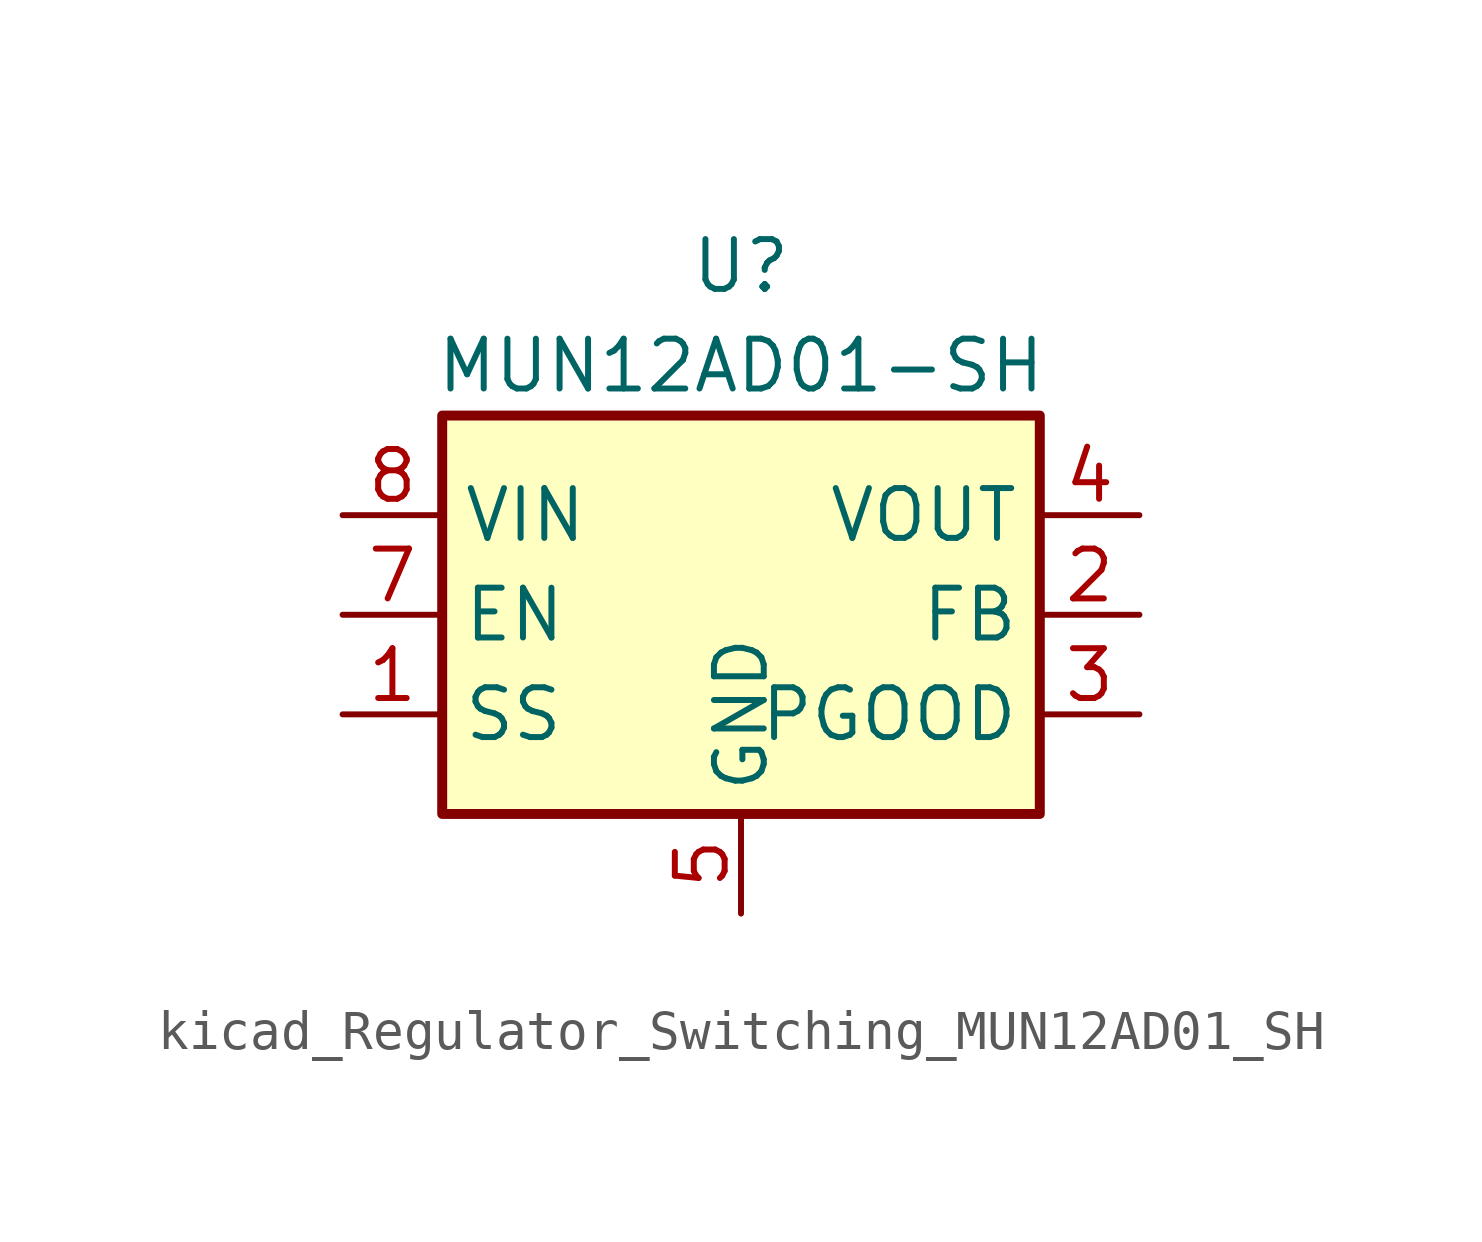
<source format=kicad_sym>
(kicad_symbol_lib
  (version 20220914)
  (generator kicad_symbol_editor)
  (symbol "kicad_Regulator_Switching_MUN12AD01_SH"
    (property "Reference" "U"
      (at 0 8.89 0)
      (effects (font (size 1.27 1.27))))
    (property "Value" "MUN12AD01-SH"
      (at 0 6.35 0)
      (effects (font (size 1.27 1.27))))
    (symbol "kicad_Regulator_Switching_MUN12AD01_SH_0_1"
      (rectangle (start -7.62 5.08) (end 7.62 -5.08) (stroke (width 0.254) (type default)) (fill (type background))))
    (symbol "kicad_Regulator_Switching_MUN12AD01_SH_1_1"
      (pin input line (at -10.16 -2.54 0) (length 2.54) (name "SS" (effects (font (size 1.27 1.27)))) (number "1" (effects (font (size 1.27 1.27)))))
      (pin input line (at 10.16 0 180) (length 2.54) (name "FB" (effects (font (size 1.27 1.27)))) (number "2" (effects (font (size 1.27 1.27)))))
      (pin open_collector line (at 10.16 -2.54 180) (length 2.54) (name "PGOOD" (effects (font (size 1.27 1.27)))) (number "3" (effects (font (size 1.27 1.27)))))
      (pin power_out line (at 10.16 2.54 180) (length 2.54) (name "VOUT" (effects (font (size 1.27 1.27)))) (number "4" (effects (font (size 1.27 1.27)))))
      (pin power_in line (at 0 -7.62 90) (length 2.54) (name "GND" (effects (font (size 1.27 1.27)))) (number "5" (effects (font (size 1.27 1.27)))))
      (pin no_connect line (at -2.54 -5.08 90) (length 2.54) hide (name "NC" (effects (font (size 1.27 1.27)))) (number "6" (effects (font (size 1.27 1.27)))))
      (pin input line (at -10.16 0 0) (length 2.54) (name "EN" (effects (font (size 1.27 1.27)))) (number "7" (effects (font (size 1.27 1.27)))))
      (pin power_in line (at -10.16 2.54 0) (length 2.54) (name "VIN" (effects (font (size 1.27 1.27)))) (number "8" (effects (font (size 1.27 1.27)))))
      (pin passive line (at 0 -7.62 90) (length 2.54) hide (name "GND" (effects (font (size 1.27 1.27)))) (number "9" (effects (font (size 1.27 1.27))))))))
</source>
